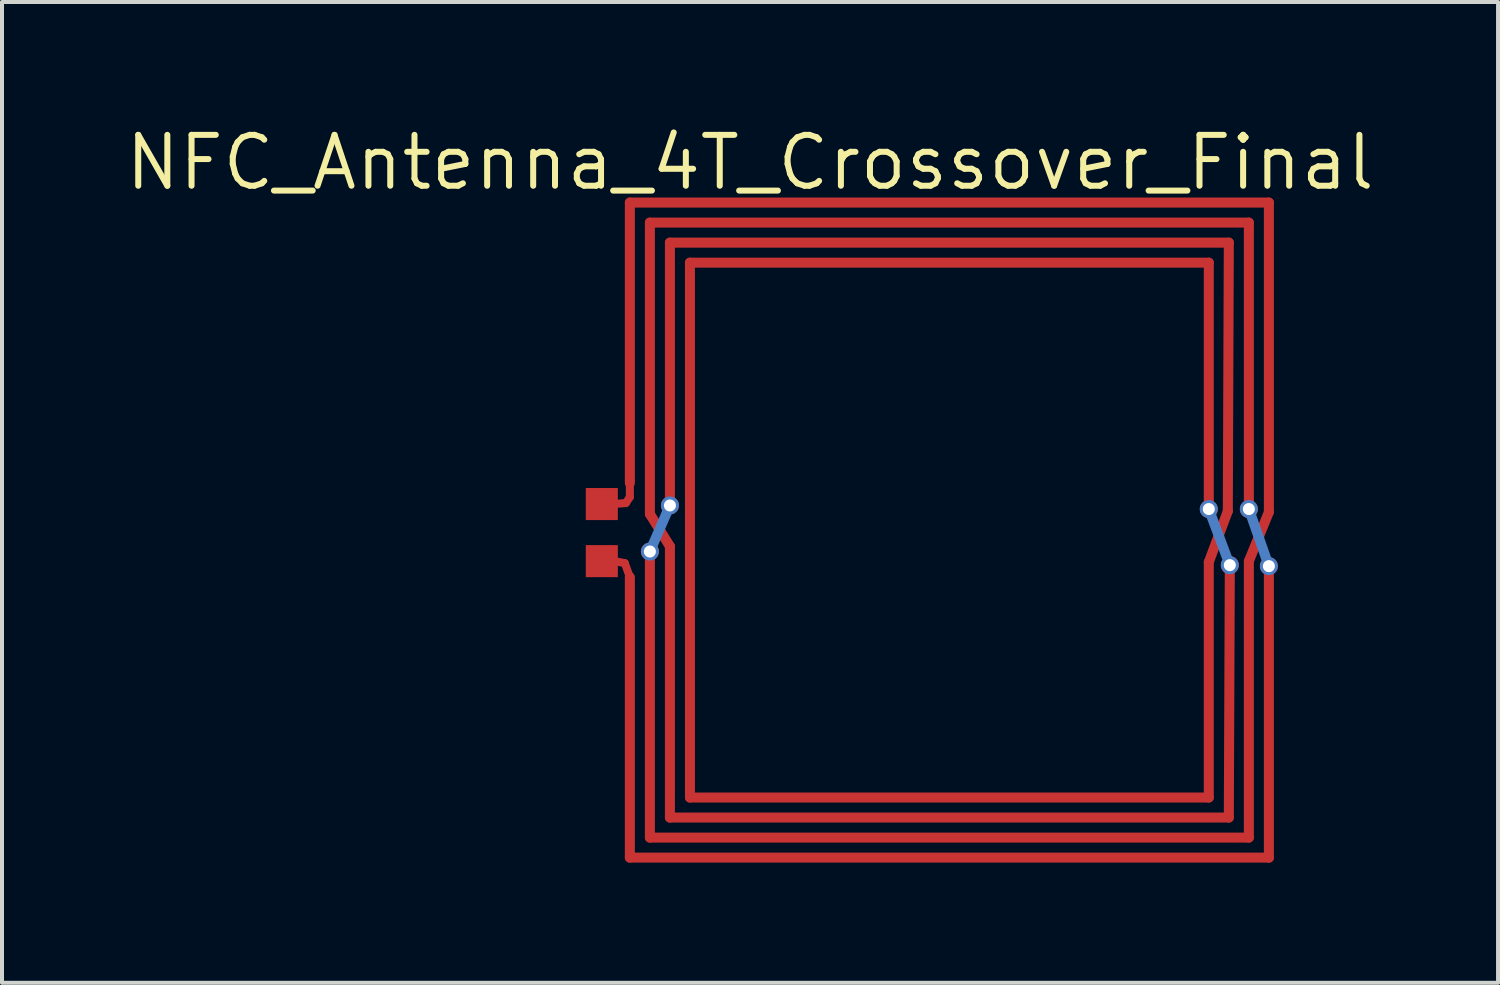
<source format=kicad_pcb>
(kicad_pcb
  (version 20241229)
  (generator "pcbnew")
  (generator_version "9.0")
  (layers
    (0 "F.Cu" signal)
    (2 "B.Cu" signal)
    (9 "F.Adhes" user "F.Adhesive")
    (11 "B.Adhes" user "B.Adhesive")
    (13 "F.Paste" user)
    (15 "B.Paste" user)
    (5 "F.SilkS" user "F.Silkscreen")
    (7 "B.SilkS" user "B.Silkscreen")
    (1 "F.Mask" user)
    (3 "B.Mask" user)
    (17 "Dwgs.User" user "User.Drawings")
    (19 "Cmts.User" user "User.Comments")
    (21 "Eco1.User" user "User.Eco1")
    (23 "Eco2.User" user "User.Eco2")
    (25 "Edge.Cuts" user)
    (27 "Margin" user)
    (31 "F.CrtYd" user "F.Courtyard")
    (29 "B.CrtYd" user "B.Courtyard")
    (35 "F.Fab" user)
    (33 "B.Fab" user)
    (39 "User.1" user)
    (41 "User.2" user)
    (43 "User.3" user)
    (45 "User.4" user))
  (footprint "NFC_Antenna_4T_Crossover_Final"
    (layer "F.Cu")
    (at 12.671 2.006)
    (property "Reference" "NFC_Antenna_4T_Crossover_Final" (at 3 -1 0) (layer "F.SilkS") (effects (font (size 1.27 1.27) (thickness 0.15))))
    (attr through_hole)
    (fp_line (start -0.125 9) (end -0.625 8.9) (stroke (width 0.2) (type default)) (layer "F.Cu"))
    (fp_line (start -0.1 7.5) (end -0.775 7.55) (stroke (width 0.2) (type default)) (layer "F.Cu"))
    (fp_line (start 0 0) (end 15.95 0) (stroke (width 0.25) (type solid)) (layer "F.Cu"))
    (fp_line (start 0 7) (end 0 0) (stroke (width 0.25) (type solid)) (layer "F.Cu"))
    (fp_line (start 0 7) (end 0 7.35) (stroke (width 0.2) (type default)) (layer "F.Cu"))
    (fp_line (start 0 7.35) (end -0.1 7.5) (stroke (width 0.2) (type default)) (layer "F.Cu"))
    (fp_line (start 0 9.35) (end -0.125 9) (stroke (width 0.2) (type default)) (layer "F.Cu"))
    (fp_line (start 0 16.35) (end 0 9.35) (stroke (width 0.25) (type solid)) (layer "F.Cu"))
    (fp_line (start 0.5 0.5) (end 15.45 0.5) (stroke (width 0.25) (type solid)) (layer "F.Cu"))
    (fp_line (start 0.5 7.774) (end 0.5 0.5) (stroke (width 0.25) (type solid)) (layer "F.Cu"))
    (fp_line (start 0.5 15.85) (end 0.5 8.71) (stroke (width 0.25) (type solid)) (layer "F.Cu"))
    (fp_line (start 0.51 7.79) (end 1 8.58) (stroke (width 0.25) (type solid)) (layer "F.Cu"))
    (fp_line (start 1 1) (end 14.95 1) (stroke (width 0.25) (type solid)) (layer "F.Cu"))
    (fp_line (start 1 7.56) (end 1 1) (stroke (width 0.25) (type solid)) (layer "F.Cu"))
    (fp_line (start 1 15.35) (end 1 8.58) (stroke (width 0.25) (type solid)) (layer "F.Cu"))
    (fp_line (start 1.5 1.5) (end 1.5 14.85) (stroke (width 0.25) (type solid)) (layer "F.Cu"))
    (fp_line (start 1.5 1.5) (end 14.45 1.5) (stroke (width 0.25) (type solid)) (layer "F.Cu"))
    (fp_line (start 14.45 1.5) (end 14.45 7.65) (stroke (width 0.25) (type solid)) (layer "F.Cu"))
    (fp_line (start 14.45 8.975) (end 14.45 14.85) (stroke (width 0.25) (type solid)) (layer "F.Cu"))
    (fp_line (start 14.45 8.975) (end 14.925 7.7) (stroke (width 0.25) (type solid)) (layer "F.Cu"))
    (fp_line (start 14.45 14.85) (end 1.5 14.85) (stroke (width 0.25) (type solid)) (layer "F.Cu"))
    (fp_line (start 14.95 1) (end 14.925 7.7) (stroke (width 0.25) (type solid)) (layer "F.Cu"))
    (fp_line (start 14.95 15.35) (end 1 15.35) (stroke (width 0.25) (type solid)) (layer "F.Cu"))
    (fp_line (start 14.975 9.05) (end 14.95 15.35) (stroke (width 0.25) (type solid)) (layer "F.Cu"))
    (fp_line (start 15.45 0.5) (end 15.45 7.65) (stroke (width 0.25) (type solid)) (layer "F.Cu"))
    (fp_line (start 15.45 8.95) (end 15.45 15.85) (stroke (width 0.25) (type solid)) (layer "F.Cu"))
    (fp_line (start 15.45 8.95) (end 15.95 7.725) (stroke (width 0.25) (type solid)) (layer "F.Cu"))
    (fp_line (start 15.45 15.85) (end 0.5 15.85) (stroke (width 0.25) (type solid)) (layer "F.Cu"))
    (fp_line (start 15.95 0) (end 15.95 7.725) (stroke (width 0.25) (type solid)) (layer "F.Cu"))
    (fp_line (start 15.95 9.075) (end 15.95 16.35) (stroke (width 0.25) (type solid)) (layer "F.Cu"))
    (fp_line (start 15.95 16.35) (end 0 16.35) (stroke (width 0.25) (type solid)) (layer "F.Cu"))
    (fp_line (start 1 7.56) (end 0.5 8.71) (stroke (width 0.25) (type solid)) (layer "B.Cu"))
    (fp_line (start 14.975 9.05) (end 14.45 7.65) (stroke (width 0.25) (type solid)) (layer "B.Cu"))
    (fp_line (start 15.95 9.075) (end 15.45 7.65) (stroke (width 0.25) (type solid)) (layer "B.Cu"))
    (pad "" thru_hole circle (at 0.5 8.71) (size 0.45 0.45) (drill 0.3) (layers "*.Cu" "*.Mask"))
    (pad "" thru_hole circle (at 1 7.56) (size 0.45 0.45) (drill 0.3) (layers "*.Cu" "*.Mask"))
    (pad "" thru_hole circle (at 14.45 7.65) (size 0.45 0.45) (drill 0.3) (layers "*.Cu" "*.Mask"))
    (pad "" thru_hole circle (at 14.975 9.05) (size 0.45 0.45) (drill 0.3) (layers "*.Cu" "*.Mask"))
    (pad "" thru_hole circle (at 15.45 7.65) (size 0.45 0.45) (drill 0.3) (layers "*.Cu" "*.Mask"))
    (pad "" thru_hole circle (at 15.95 9.075) (size 0.45 0.45) (drill 0.3) (layers "*.Cu" "*.Mask"))
    (pad "1" smd rect (at -0.7 8.95) (size 0.8 0.8) (layers "F.Cu"))
    (pad "2" smd rect (at -0.7 7.525) (size 0.8 0.8) (layers "F.Cu")))
  (gr_rect
    (start -3 -3)
    (end 34.341 21.481)
    (stroke (width 0.1) (type default))
    (fill no)
    (layer "Edge.Cuts")))
</source>
